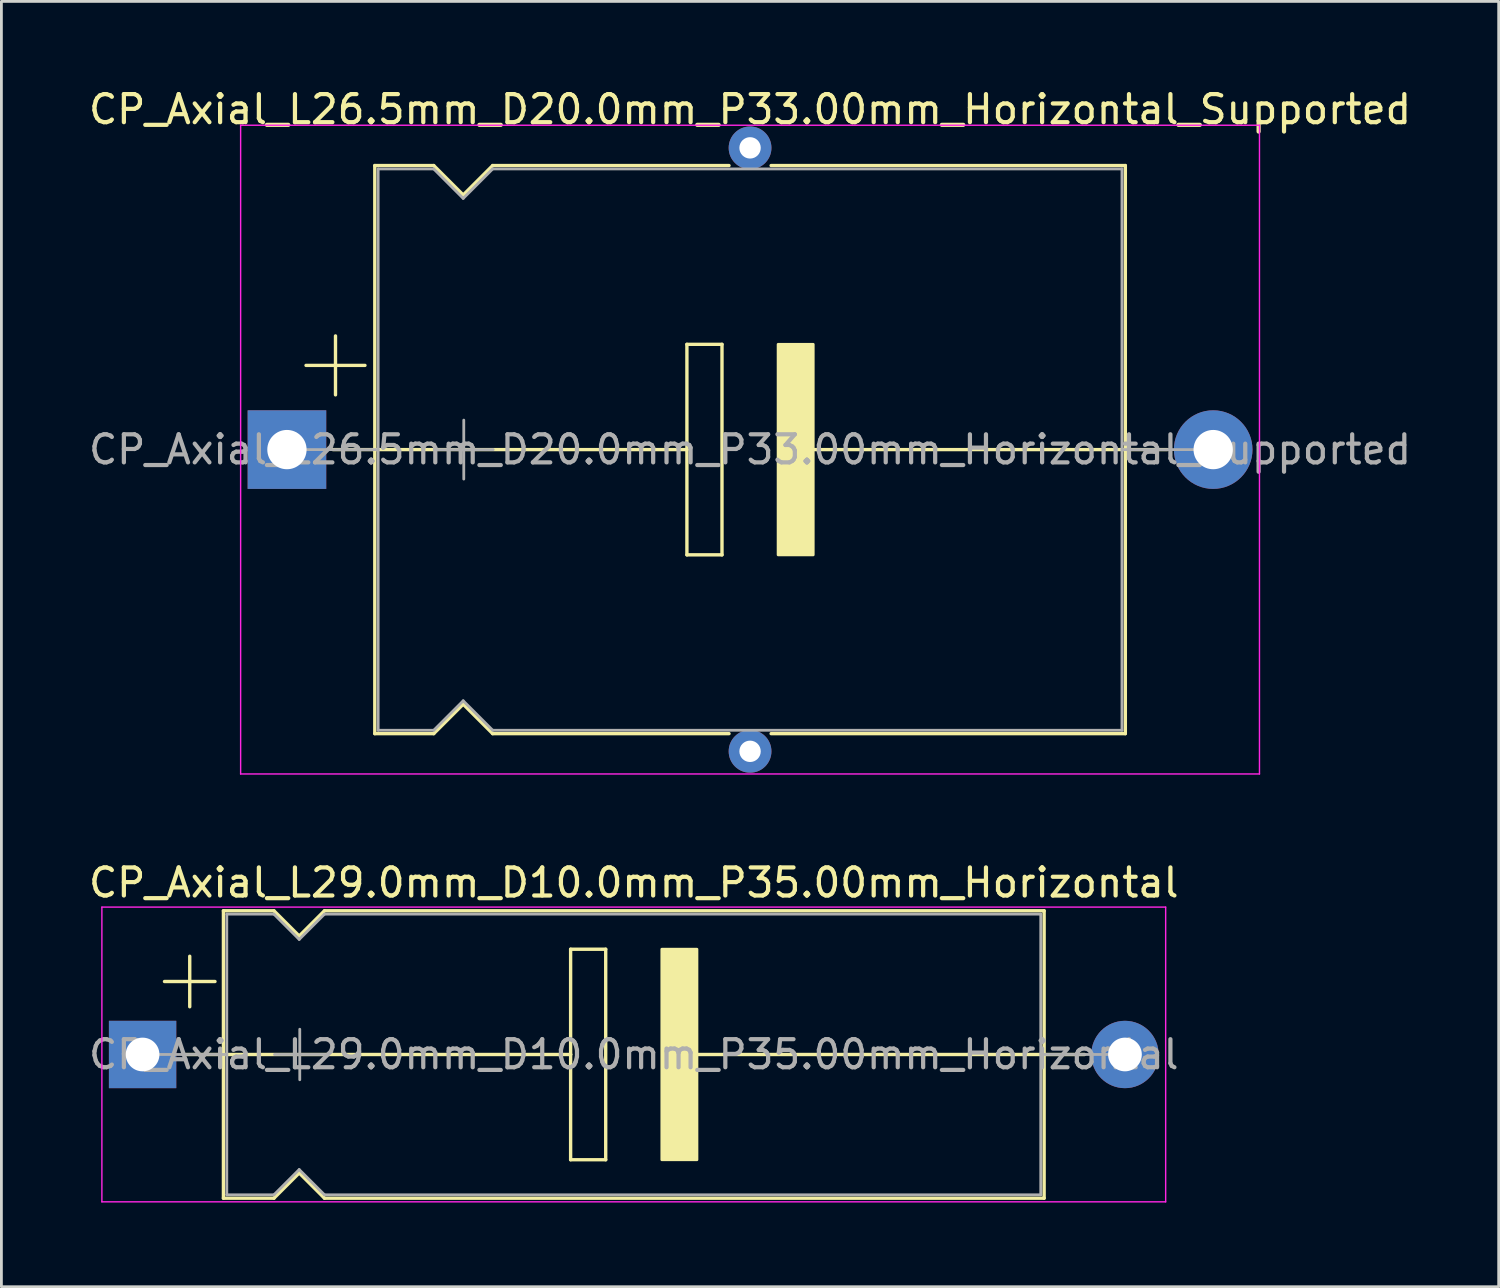
<source format=kicad_pcb>
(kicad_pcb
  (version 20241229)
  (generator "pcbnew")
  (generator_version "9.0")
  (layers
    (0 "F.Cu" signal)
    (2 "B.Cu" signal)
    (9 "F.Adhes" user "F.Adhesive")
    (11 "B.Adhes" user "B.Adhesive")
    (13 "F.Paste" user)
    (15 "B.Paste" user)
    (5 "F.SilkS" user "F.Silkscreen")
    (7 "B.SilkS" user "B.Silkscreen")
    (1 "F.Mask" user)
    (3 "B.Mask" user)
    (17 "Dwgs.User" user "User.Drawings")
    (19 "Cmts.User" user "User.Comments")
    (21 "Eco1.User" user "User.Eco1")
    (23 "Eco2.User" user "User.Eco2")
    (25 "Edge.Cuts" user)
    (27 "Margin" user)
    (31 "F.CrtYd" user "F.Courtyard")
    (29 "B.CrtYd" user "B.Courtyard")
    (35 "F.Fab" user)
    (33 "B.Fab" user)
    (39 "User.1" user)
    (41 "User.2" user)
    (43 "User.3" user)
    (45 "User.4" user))
  (footprint "CP_Axial_L26.5mm_D20.0mm_P33.00mm_Horizontal_Supported"
    (layer "F.Cu")
    (at 7.173 12.968)
    (property "Reference" "CP_Axial_L26.5mm_D20.0mm_P33.00mm_Horizontal_Supported" (at 16.5 -12.12 0) (layer "F.SilkS") (effects (font (size 1 1) (thickness 0.15))))
    (attr through_hole)
    (fp_line (start 0.68 -3) (end 2.78 -3) (stroke (width 0.12) (type solid)) (layer "F.SilkS"))
    (fp_line (start 1.64 0) (end 3.13 0) (stroke (width 0.12) (type solid)) (layer "F.SilkS"))
    (fp_line (start 1.73 -4.05) (end 1.73 -1.95) (stroke (width 0.12) (type solid)) (layer "F.SilkS"))
    (fp_line (start 3.13 -10.12) (end 3.13 10.12) (stroke (width 0.12) (type solid)) (layer "F.SilkS"))
    (fp_line (start 3.13 -10.12) (end 5.23 -10.12) (stroke (width 0.12) (type solid)) (layer "F.SilkS"))
    (fp_line (start 3.13 0) (end 14.25 0) (stroke (width 0.12) (type solid)) (layer "F.SilkS"))
    (fp_line (start 3.13 10.12) (end 5.23 10.12) (stroke (width 0.12) (type solid)) (layer "F.SilkS"))
    (fp_line (start 5.23 -10.12) (end 6.28 -9.07) (stroke (width 0.12) (type solid)) (layer "F.SilkS"))
    (fp_line (start 5.23 10.12) (end 6.28 9.07) (stroke (width 0.12) (type solid)) (layer "F.SilkS"))
    (fp_line (start 6.28 -9.07) (end 7.33 -10.12) (stroke (width 0.12) (type solid)) (layer "F.SilkS"))
    (fp_line (start 6.28 9.07) (end 7.33 10.12) (stroke (width 0.12) (type solid)) (layer "F.SilkS"))
    (fp_line (start 7.33 -10.12) (end 15.75 -10.12) (stroke (width 0.12) (type solid)) (layer "F.SilkS"))
    (fp_line (start 7.33 10.12) (end 15.75 10.12) (stroke (width 0.12) (type solid)) (layer "F.SilkS"))
    (fp_line (start 14.25 -3.75) (end 15.5 -3.75) (stroke (width 0.12) (type solid)) (layer "F.SilkS"))
    (fp_line (start 14.25 0) (end 14.25 -3.75) (stroke (width 0.12) (type solid)) (layer "F.SilkS"))
    (fp_line (start 14.25 3.75) (end 14.25 0) (stroke (width 0.12) (type solid)) (layer "F.SilkS"))
    (fp_line (start 15.5 -3.75) (end 15.5 3.75) (stroke (width 0.12) (type solid)) (layer "F.SilkS"))
    (fp_line (start 15.5 3.75) (end 14.25 3.75) (stroke (width 0.12) (type solid)) (layer "F.SilkS"))
    (fp_line (start 17.25 -10.12) (end 29.87 -10.12) (stroke (width 0.12) (type solid)) (layer "F.SilkS"))
    (fp_line (start 17.25 10.12) (end 29.87 10.12) (stroke (width 0.12) (type solid)) (layer "F.SilkS"))
    (fp_line (start 18.75 0) (end 29.87 0) (stroke (width 0.12) (type solid)) (layer "F.SilkS"))
    (fp_line (start 29.87 -10.12) (end 29.87 10.12) (stroke (width 0.12) (type solid)) (layer "F.SilkS"))
    (fp_line (start 31.36 0) (end 29.87 0) (stroke (width 0.12) (type solid)) (layer "F.SilkS"))
    (fp_poly (pts (xy 18.75 3.75) (xy 17.5 3.75) (xy 17.5 -3.75) (xy 18.75 -3.75)) (stroke (width 0.1) (type solid)) (fill yes) (layer "F.SilkS"))
    (fp_line (start -1.651 11.557) (end 34.649 11.557) (stroke (width 0.05) (type solid)) (layer "F.CrtYd"))
    (fp_line (start -1.65 -11.557) (end -1.65 11.557) (stroke (width 0.05) (type solid)) (layer "F.CrtYd"))
    (fp_line (start 34.649 -11.557) (end -1.651 -11.557) (stroke (width 0.05) (type solid)) (layer "F.CrtYd"))
    (fp_line (start 34.649 11.557) (end 34.649 -11.557) (stroke (width 0.05) (type solid)) (layer "F.CrtYd"))
    (fp_line (start 0 0) (end 3.25 0) (stroke (width 0.1) (type solid)) (layer "F.Fab"))
    (fp_line (start 3.25 -10) (end 3.25 10) (stroke (width 0.1) (type solid)) (layer "F.Fab"))
    (fp_line (start 3.25 -10) (end 5.23 -10) (stroke (width 0.1) (type solid)) (layer "F.Fab"))
    (fp_line (start 3.25 10) (end 5.23 10) (stroke (width 0.1) (type solid)) (layer "F.Fab"))
    (fp_line (start 5.23 -10) (end 6.28 -8.95) (stroke (width 0.1) (type solid)) (layer "F.Fab"))
    (fp_line (start 5.23 10) (end 6.28 8.95) (stroke (width 0.1) (type solid)) (layer "F.Fab"))
    (fp_line (start 5.25 0) (end 7.35 0) (stroke (width 0.1) (type solid)) (layer "F.Fab"))
    (fp_line (start 6.28 -8.95) (end 7.33 -10) (stroke (width 0.1) (type solid)) (layer "F.Fab"))
    (fp_line (start 6.28 8.95) (end 7.33 10) (stroke (width 0.1) (type solid)) (layer "F.Fab"))
    (fp_line (start 6.3 -1.05) (end 6.3 1.05) (stroke (width 0.1) (type solid)) (layer "F.Fab"))
    (fp_line (start 7.33 -10) (end 29.75 -10) (stroke (width 0.1) (type solid)) (layer "F.Fab"))
    (fp_line (start 7.33 10) (end 29.75 10) (stroke (width 0.1) (type solid)) (layer "F.Fab"))
    (fp_line (start 29.75 -10) (end 29.75 10) (stroke (width 0.1) (type solid)) (layer "F.Fab"))
    (fp_line (start 33 0) (end 29.75 0) (stroke (width 0.1) (type solid)) (layer "F.Fab"))
    (fp_text user "${REFERENCE}" (at 16.5 0 0) (layer "F.Fab") (effects (font (size 1 1) (thickness 0.15))))
    (pad "" thru_hole circle (at 16.5 -10.75) (size 1.524 1.524) (drill 0.762) (layers "*.Cu" "*.Mask"))
    (pad "" thru_hole circle (at 16.5 10.75) (size 1.524 1.524) (drill 0.762) (layers "*.Cu" "*.Mask"))
    (pad "1" thru_hole rect (at 0 0) (size 2.8 2.8) (drill 1.4) (layers "*.Cu" "*.Mask"))
    (pad "2" thru_hole oval (at 33 0) (size 2.8 2.8) (drill 1.4) (layers "*.Cu" "*.Mask")))
  (footprint "CP_Axial_L29.0mm_D10.0mm_P35.00mm_Horizontal"
    (layer "F.Cu")
    (at 2.03 34.519)
    (property "Reference" "CP_Axial_L29.0mm_D10.0mm_P35.00mm_Horizontal" (at 17.5 -6.12 0) (layer "F.SilkS") (effects (font (size 1 1) (thickness 0.15))))
    (attr through_hole)
    (fp_line (start 0.78 -2.6) (end 2.58 -2.6) (stroke (width 0.12) (type solid)) (layer "F.SilkS"))
    (fp_line (start 1.44 0) (end 2.88 0) (stroke (width 0.12) (type solid)) (layer "F.SilkS"))
    (fp_line (start 1.68 -3.5) (end 1.68 -1.7) (stroke (width 0.12) (type solid)) (layer "F.SilkS"))
    (fp_line (start 2.88 -5.12) (end 2.88 5.12) (stroke (width 0.12) (type solid)) (layer "F.SilkS"))
    (fp_line (start 2.88 -5.12) (end 4.68 -5.12) (stroke (width 0.12) (type solid)) (layer "F.SilkS"))
    (fp_line (start 2.88 0) (end 15.25 0) (stroke (width 0.12) (type solid)) (layer "F.SilkS"))
    (fp_line (start 2.88 5.12) (end 4.68 5.12) (stroke (width 0.12) (type solid)) (layer "F.SilkS"))
    (fp_line (start 4.68 -5.12) (end 5.58 -4.22) (stroke (width 0.12) (type solid)) (layer "F.SilkS"))
    (fp_line (start 4.68 5.12) (end 5.58 4.22) (stroke (width 0.12) (type solid)) (layer "F.SilkS"))
    (fp_line (start 5.58 -4.22) (end 6.48 -5.12) (stroke (width 0.12) (type solid)) (layer "F.SilkS"))
    (fp_line (start 5.58 4.22) (end 6.48 5.12) (stroke (width 0.12) (type solid)) (layer "F.SilkS"))
    (fp_line (start 6.48 -5.12) (end 32.12 -5.12) (stroke (width 0.12) (type solid)) (layer "F.SilkS"))
    (fp_line (start 6.48 5.12) (end 32.12 5.12) (stroke (width 0.12) (type solid)) (layer "F.SilkS"))
    (fp_line (start 15.25 -3.75) (end 16.5 -3.75) (stroke (width 0.12) (type solid)) (layer "F.SilkS"))
    (fp_line (start 15.25 0) (end 15.25 -3.75) (stroke (width 0.12) (type solid)) (layer "F.SilkS"))
    (fp_line (start 15.25 3.75) (end 15.25 0) (stroke (width 0.12) (type solid)) (layer "F.SilkS"))
    (fp_line (start 16.5 -3.75) (end 16.5 3.75) (stroke (width 0.12) (type solid)) (layer "F.SilkS"))
    (fp_line (start 16.5 3.75) (end 15.25 3.75) (stroke (width 0.12) (type solid)) (layer "F.SilkS"))
    (fp_line (start 19.75 0) (end 32.12 0) (stroke (width 0.12) (type solid)) (layer "F.SilkS"))
    (fp_line (start 32.12 -5.12) (end 32.12 5.12) (stroke (width 0.12) (type solid)) (layer "F.SilkS"))
    (fp_line (start 33.56 0) (end 32.12 0) (stroke (width 0.12) (type solid)) (layer "F.SilkS"))
    (fp_poly (pts (xy 19.75 3.75) (xy 18.5 3.75) (xy 18.5 -3.75) (xy 19.75 -3.75)) (stroke (width 0.1) (type solid)) (fill yes) (layer "F.SilkS"))
    (fp_line (start -1.45 -5.25) (end -1.45 5.25) (stroke (width 0.05) (type solid)) (layer "F.CrtYd"))
    (fp_line (start -1.45 5.25) (end 36.45 5.25) (stroke (width 0.05) (type solid)) (layer "F.CrtYd"))
    (fp_line (start 36.45 -5.25) (end -1.45 -5.25) (stroke (width 0.05) (type solid)) (layer "F.CrtYd"))
    (fp_line (start 36.45 5.25) (end 36.45 -5.25) (stroke (width 0.05) (type solid)) (layer "F.CrtYd"))
    (fp_line (start 0 0) (end 3 0) (stroke (width 0.1) (type solid)) (layer "F.Fab"))
    (fp_line (start 3 -5) (end 3 5) (stroke (width 0.1) (type solid)) (layer "F.Fab"))
    (fp_line (start 3 -5) (end 4.68 -5) (stroke (width 0.1) (type solid)) (layer "F.Fab"))
    (fp_line (start 3 5) (end 4.68 5) (stroke (width 0.1) (type solid)) (layer "F.Fab"))
    (fp_line (start 4.68 -5) (end 5.58 -4.1) (stroke (width 0.1) (type solid)) (layer "F.Fab"))
    (fp_line (start 4.68 5) (end 5.58 4.1) (stroke (width 0.1) (type solid)) (layer "F.Fab"))
    (fp_line (start 4.7 0) (end 6.5 0) (stroke (width 0.1) (type solid)) (layer "F.Fab"))
    (fp_line (start 5.58 -4.1) (end 6.48 -5) (stroke (width 0.1) (type solid)) (layer "F.Fab"))
    (fp_line (start 5.58 4.1) (end 6.48 5) (stroke (width 0.1) (type solid)) (layer "F.Fab"))
    (fp_line (start 5.6 -0.9) (end 5.6 0.9) (stroke (width 0.1) (type solid)) (layer "F.Fab"))
    (fp_line (start 6.48 -5) (end 32 -5) (stroke (width 0.1) (type solid)) (layer "F.Fab"))
    (fp_line (start 6.48 5) (end 32 5) (stroke (width 0.1) (type solid)) (layer "F.Fab"))
    (fp_line (start 32 -5) (end 32 5) (stroke (width 0.1) (type solid)) (layer "F.Fab"))
    (fp_line (start 35 0) (end 32 0) (stroke (width 0.1) (type solid)) (layer "F.Fab"))
    (fp_text user "${REFERENCE}" (at 17.5 0 0) (layer "F.Fab") (effects (font (size 1 1) (thickness 0.15))))
    (pad "1" thru_hole rect (at 0 0) (size 2.4 2.4) (drill 1.2) (layers "*.Cu" "*.Mask"))
    (pad "2" thru_hole oval (at 35 0) (size 2.4 2.4) (drill 1.2) (layers "*.Cu" "*.Mask")))
  (gr_rect
    (start -3 -3)
    (end 50.345 42.794)
    (stroke (width 0.1) (type default))
    (fill no)
    (layer "Edge.Cuts")))
</source>
